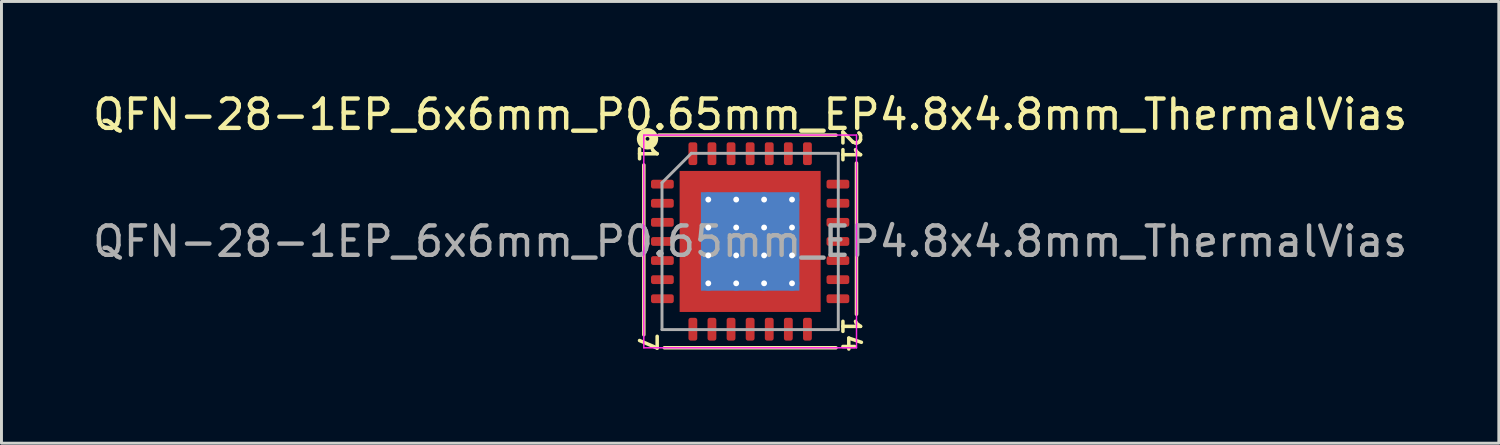
<source format=kicad_pcb>
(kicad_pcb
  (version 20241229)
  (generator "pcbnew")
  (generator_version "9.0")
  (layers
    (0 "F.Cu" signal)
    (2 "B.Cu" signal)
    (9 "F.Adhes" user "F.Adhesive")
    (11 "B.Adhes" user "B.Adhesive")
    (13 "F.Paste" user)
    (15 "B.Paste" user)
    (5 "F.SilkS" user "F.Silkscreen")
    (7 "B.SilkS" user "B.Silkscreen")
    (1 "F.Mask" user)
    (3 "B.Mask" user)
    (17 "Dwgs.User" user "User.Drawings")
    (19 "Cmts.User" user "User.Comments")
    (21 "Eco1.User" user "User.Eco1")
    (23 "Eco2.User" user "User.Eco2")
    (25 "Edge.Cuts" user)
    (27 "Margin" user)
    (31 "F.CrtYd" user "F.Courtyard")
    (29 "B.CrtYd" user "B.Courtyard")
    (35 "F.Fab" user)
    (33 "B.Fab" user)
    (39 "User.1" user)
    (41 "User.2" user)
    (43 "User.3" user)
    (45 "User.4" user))
  (footprint "QFN-28-1EP_6x6mm_P0.65mm_EP4.8x4.8mm_ThermalVias"
    (layer "F.Cu")
    (at 22.482 5.168)
    (property "Reference" "QFN-28-1EP_6x6mm_P0.65mm_EP4.8x4.8mm_ThermalVias" (at 0 -4.32 0) (layer "F.SilkS") (effects (font (size 1 1) (thickness 0.15))))
    (attr smd)
    (fp_line (start -3.619 -2.603) (end -3.619 3.175) (stroke (width 0.12) (type solid)) (layer "F.SilkS"))
    (fp_line (start -2.921 3.619) (end 2.921 3.619) (stroke (width 0.12) (type solid)) (layer "F.SilkS"))
    (fp_line (start 2.921 -3.619) (end -3.111 -3.619) (stroke (width 0.12) (type solid)) (layer "F.SilkS"))
    (fp_line (start 3.619 2.477) (end 3.619 -2.667) (stroke (width 0.12) (type solid)) (layer "F.SilkS"))
    (fp_circle (center -3.493 -3.493) (end -3.429 -3.493) (stroke (width 0.3) (type solid)) (fill no) (layer "F.SilkS"))
    (fp_line (start -3.62 -3.62) (end -3.62 3.62) (stroke (width 0.05) (type solid)) (layer "F.CrtYd"))
    (fp_line (start -3.62 3.62) (end 3.62 3.62) (stroke (width 0.05) (type solid)) (layer "F.CrtYd"))
    (fp_line (start 3.62 -3.62) (end -3.62 -3.62) (stroke (width 0.05) (type solid)) (layer "F.CrtYd"))
    (fp_line (start 3.62 3.62) (end 3.62 -3.62) (stroke (width 0.05) (type solid)) (layer "F.CrtYd"))
    (fp_line (start -3 -2) (end -2 -3) (stroke (width 0.1) (type solid)) (layer "F.Fab"))
    (fp_line (start -3 3) (end -3 -2) (stroke (width 0.1) (type solid)) (layer "F.Fab"))
    (fp_line (start -2 -3) (end 3 -3) (stroke (width 0.1) (type solid)) (layer "F.Fab"))
    (fp_line (start 3 -3) (end 3 3) (stroke (width 0.1) (type solid)) (layer "F.Fab"))
    (fp_line (start 3 3) (end -3 3) (stroke (width 0.1) (type solid)) (layer "F.Fab"))
    (fp_text user "7" (at -3.493 3.429 270) (unlocked yes) (layer "F.SilkS") (effects (font (size 0.6 0.6) (thickness 0.12))))
    (fp_text user "14" (at 3.429 3.175 270) (unlocked yes) (layer "F.SilkS") (effects (font (size 0.6 0.6) (thickness 0.12))))
    (fp_text user "21" (at 3.429 -3.239 270) (unlocked yes) (layer "F.SilkS") (effects (font (size 0.6 0.6) (thickness 0.12))))
    (fp_text user "1" (at -3.493 -2.985 270) (unlocked yes) (layer "F.SilkS") (effects (font (size 0.6 0.6) (thickness 0.12))))
    (fp_text user "${REFERENCE}" (at 0 0 0) (layer "F.Fab") (effects (font (size 1 1) (thickness 0.15))))
    (pad "" smd roundrect (at -1.913 -1.913) (size 0.786 0.786) (layers "F.Paste") (roundrect_rratio 0.25))
    (pad "" smd roundrect (at -1.913 -0.95) (size 0.786 0.766) (layers "F.Paste") (roundrect_rratio 0.25))
    (pad "" smd roundrect (at -1.913 0) (size 0.786 0.766) (layers "F.Paste") (roundrect_rratio 0.25))
    (pad "" smd roundrect (at -1.913 0.95) (size 0.786 0.766) (layers "F.Paste") (roundrect_rratio 0.25))
    (pad "" smd roundrect (at -1.913 1.913) (size 0.786 0.786) (layers "F.Paste") (roundrect_rratio 0.25))
    (pad "" smd roundrect (at -0.95 -1.913) (size 0.766 0.786) (layers "F.Paste") (roundrect_rratio 0.25))
    (pad "" smd roundrect (at -0.95 -0.95) (size 0.766 0.766) (layers "F.Paste") (roundrect_rratio 0.25))
    (pad "" smd roundrect (at -0.95 0) (size 0.766 0.766) (layers "F.Paste") (roundrect_rratio 0.25))
    (pad "" smd roundrect (at -0.95 0.95) (size 0.766 0.766) (layers "F.Paste") (roundrect_rratio 0.25))
    (pad "" smd roundrect (at -0.95 1.913) (size 0.766 0.786) (layers "F.Paste") (roundrect_rratio 0.25))
    (pad "" smd roundrect (at 0 -1.913) (size 0.766 0.786) (layers "F.Paste") (roundrect_rratio 0.25))
    (pad "" smd roundrect (at 0 -0.95) (size 0.766 0.766) (layers "F.Paste") (roundrect_rratio 0.25))
    (pad "" smd roundrect (at 0 0) (size 0.766 0.766) (layers "F.Paste") (roundrect_rratio 0.25))
    (pad "" smd roundrect (at 0 0.95) (size 0.766 0.766) (layers "F.Paste") (roundrect_rratio 0.25))
    (pad "" smd roundrect (at 0 1.913) (size 0.766 0.786) (layers "F.Paste") (roundrect_rratio 0.25))
    (pad "" smd roundrect (at 0.95 -1.913) (size 0.766 0.786) (layers "F.Paste") (roundrect_rratio 0.25))
    (pad "" smd roundrect (at 0.95 -0.95) (size 0.766 0.766) (layers "F.Paste") (roundrect_rratio 0.25))
    (pad "" smd roundrect (at 0.95 0) (size 0.766 0.766) (layers "F.Paste") (roundrect_rratio 0.25))
    (pad "" smd roundrect (at 0.95 0.95) (size 0.766 0.766) (layers "F.Paste") (roundrect_rratio 0.25))
    (pad "" smd roundrect (at 0.95 1.913) (size 0.766 0.786) (layers "F.Paste") (roundrect_rratio 0.25))
    (pad "" smd roundrect (at 1.913 -1.913) (size 0.786 0.786) (layers "F.Paste") (roundrect_rratio 0.25))
    (pad "" smd roundrect (at 1.913 -0.95) (size 0.786 0.766) (layers "F.Paste") (roundrect_rratio 0.25))
    (pad "" smd roundrect (at 1.913 0) (size 0.786 0.766) (layers "F.Paste") (roundrect_rratio 0.25))
    (pad "" smd roundrect (at 1.913 0.95) (size 0.786 0.766) (layers "F.Paste") (roundrect_rratio 0.25))
    (pad "" smd roundrect (at 1.913 1.913) (size 0.786 0.786) (layers "F.Paste") (roundrect_rratio 0.25))
    (pad "1" smd roundrect (at -2.987 -1.95) (size 0.775 0.3) (layers "F.Cu" "F.Mask" "F.Paste") (roundrect_rratio 0.25))
    (pad "2" smd roundrect (at -2.987 -1.3) (size 0.775 0.3) (layers "F.Cu" "F.Mask" "F.Paste") (roundrect_rratio 0.25))
    (pad "3" smd roundrect (at -2.987 -0.65) (size 0.775 0.3) (layers "F.Cu" "F.Mask" "F.Paste") (roundrect_rratio 0.25))
    (pad "4" smd roundrect (at -2.987 0) (size 0.775 0.3) (layers "F.Cu" "F.Mask" "F.Paste") (roundrect_rratio 0.25))
    (pad "5" smd roundrect (at -2.987 0.65) (size 0.775 0.3) (layers "F.Cu" "F.Mask" "F.Paste") (roundrect_rratio 0.25))
    (pad "6" smd roundrect (at -2.987 1.3) (size 0.775 0.3) (layers "F.Cu" "F.Mask" "F.Paste") (roundrect_rratio 0.25))
    (pad "7" smd roundrect (at -2.987 1.95) (size 0.775 0.3) (layers "F.Cu" "F.Mask" "F.Paste") (roundrect_rratio 0.25))
    (pad "8" smd roundrect (at -1.95 2.987) (size 0.3 0.775) (layers "F.Cu" "F.Mask" "F.Paste") (roundrect_rratio 0.25))
    (pad "9" smd roundrect (at -1.3 2.987) (size 0.3 0.775) (layers "F.Cu" "F.Mask" "F.Paste") (roundrect_rratio 0.25))
    (pad "10" smd roundrect (at -0.65 2.987) (size 0.3 0.775) (layers "F.Cu" "F.Mask" "F.Paste") (roundrect_rratio 0.25))
    (pad "11" smd roundrect (at 0 2.987) (size 0.3 0.775) (layers "F.Cu" "F.Mask" "F.Paste") (roundrect_rratio 0.25))
    (pad "12" smd roundrect (at 0.65 2.987) (size 0.3 0.775) (layers "F.Cu" "F.Mask" "F.Paste") (roundrect_rratio 0.25))
    (pad "13" smd roundrect (at 1.3 2.987) (size 0.3 0.775) (layers "F.Cu" "F.Mask" "F.Paste") (roundrect_rratio 0.25))
    (pad "14" smd roundrect (at 1.95 2.987) (size 0.3 0.775) (layers "F.Cu" "F.Mask" "F.Paste") (roundrect_rratio 0.25))
    (pad "15" smd roundrect (at 2.987 1.95) (size 0.775 0.3) (layers "F.Cu" "F.Mask" "F.Paste") (roundrect_rratio 0.25))
    (pad "16" smd roundrect (at 2.987 1.3) (size 0.775 0.3) (layers "F.Cu" "F.Mask" "F.Paste") (roundrect_rratio 0.25))
    (pad "17" smd roundrect (at 2.987 0.65) (size 0.775 0.3) (layers "F.Cu" "F.Mask" "F.Paste") (roundrect_rratio 0.25))
    (pad "18" smd roundrect (at 2.987 0) (size 0.775 0.3) (layers "F.Cu" "F.Mask" "F.Paste") (roundrect_rratio 0.25))
    (pad "19" smd roundrect (at 2.987 -0.65) (size 0.775 0.3) (layers "F.Cu" "F.Mask" "F.Paste") (roundrect_rratio 0.25))
    (pad "20" smd roundrect (at 2.987 -1.3) (size 0.775 0.3) (layers "F.Cu" "F.Mask" "F.Paste") (roundrect_rratio 0.25))
    (pad "21" smd roundrect (at 2.987 -1.95) (size 0.775 0.3) (layers "F.Cu" "F.Mask" "F.Paste") (roundrect_rratio 0.25))
    (pad "22" smd roundrect (at 1.95 -2.987) (size 0.3 0.775) (layers "F.Cu" "F.Mask" "F.Paste") (roundrect_rratio 0.25))
    (pad "23" smd roundrect (at 1.3 -2.987) (size 0.3 0.775) (layers "F.Cu" "F.Mask" "F.Paste") (roundrect_rratio 0.25))
    (pad "24" smd roundrect (at 0.65 -2.987) (size 0.3 0.775) (layers "F.Cu" "F.Mask" "F.Paste") (roundrect_rratio 0.25))
    (pad "25" smd roundrect (at 0 -2.987) (size 0.3 0.775) (layers "F.Cu" "F.Mask" "F.Paste") (roundrect_rratio 0.25))
    (pad "26" smd roundrect (at -0.65 -2.987) (size 0.3 0.775) (layers "F.Cu" "F.Mask" "F.Paste") (roundrect_rratio 0.25))
    (pad "27" smd roundrect (at -1.3 -2.987) (size 0.3 0.775) (layers "F.Cu" "F.Mask" "F.Paste") (roundrect_rratio 0.25))
    (pad "28" smd roundrect (at -1.95 -2.987) (size 0.3 0.775) (layers "F.Cu" "F.Mask" "F.Paste") (roundrect_rratio 0.25))
    (pad "29" thru_hole circle (at -1.425 -1.425) (size 0.5 0.5) (drill 0.2) (layers "*.Cu"))
    (pad "29" thru_hole circle (at -1.425 -0.475) (size 0.5 0.5) (drill 0.2) (layers "*.Cu"))
    (pad "29" thru_hole circle (at -1.425 0.475) (size 0.5 0.5) (drill 0.2) (layers "*.Cu"))
    (pad "29" thru_hole circle (at -1.425 1.425) (size 0.5 0.5) (drill 0.2) (layers "*.Cu"))
    (pad "29" thru_hole circle (at -0.475 -1.425) (size 0.5 0.5) (drill 0.2) (layers "*.Cu"))
    (pad "29" thru_hole circle (at -0.475 -0.475) (size 0.5 0.5) (drill 0.2) (layers "*.Cu"))
    (pad "29" thru_hole circle (at -0.475 0.475) (size 0.5 0.5) (drill 0.2) (layers "*.Cu"))
    (pad "29" thru_hole circle (at -0.475 1.425) (size 0.5 0.5) (drill 0.2) (layers "*.Cu"))
    (pad "29" smd rect (at 0 0) (size 3.35 3.35) (layers "B.Cu" "B.Mask"))
    (pad "29" smd rect (at 0 0) (size 4.8 4.8) (layers "F.Cu" "F.Mask"))
    (pad "29" thru_hole circle (at 0.475 -1.425) (size 0.5 0.5) (drill 0.2) (layers "*.Cu"))
    (pad "29" thru_hole circle (at 0.475 -0.475) (size 0.5 0.5) (drill 0.2) (layers "*.Cu"))
    (pad "29" thru_hole circle (at 0.475 0.475) (size 0.5 0.5) (drill 0.2) (layers "*.Cu"))
    (pad "29" thru_hole circle (at 0.475 1.425) (size 0.5 0.5) (drill 0.2) (layers "*.Cu"))
    (pad "29" thru_hole circle (at 1.425 -1.425) (size 0.5 0.5) (drill 0.2) (layers "*.Cu"))
    (pad "29" thru_hole circle (at 1.425 -0.475) (size 0.5 0.5) (drill 0.2) (layers "*.Cu"))
    (pad "29" thru_hole circle (at 1.425 0.475) (size 0.5 0.5) (drill 0.2) (layers "*.Cu"))
    (pad "29" thru_hole circle (at 1.425 1.425) (size 0.5 0.5) (drill 0.2) (layers "*.Cu")))
  (gr_rect
    (start -3 -3)
    (end 47.964 12.035)
    (stroke (width 0.1) (type default))
    (fill no)
    (layer "Edge.Cuts")))
</source>
